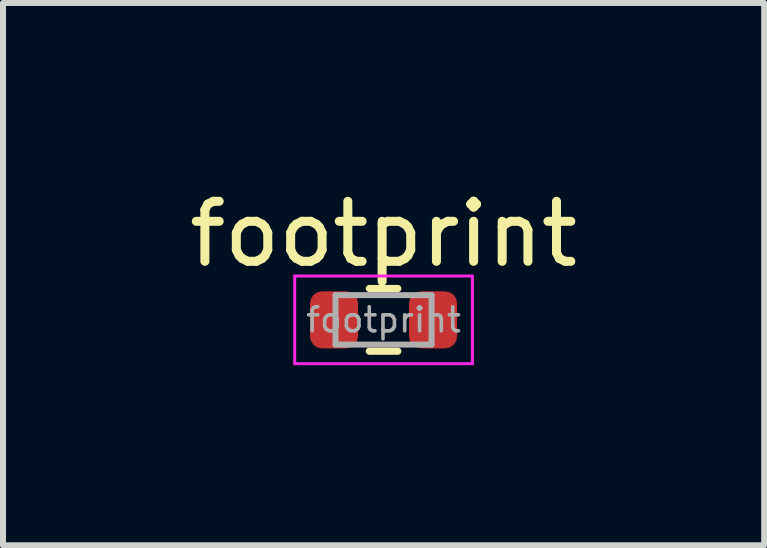
<source format=kicad_pcb>
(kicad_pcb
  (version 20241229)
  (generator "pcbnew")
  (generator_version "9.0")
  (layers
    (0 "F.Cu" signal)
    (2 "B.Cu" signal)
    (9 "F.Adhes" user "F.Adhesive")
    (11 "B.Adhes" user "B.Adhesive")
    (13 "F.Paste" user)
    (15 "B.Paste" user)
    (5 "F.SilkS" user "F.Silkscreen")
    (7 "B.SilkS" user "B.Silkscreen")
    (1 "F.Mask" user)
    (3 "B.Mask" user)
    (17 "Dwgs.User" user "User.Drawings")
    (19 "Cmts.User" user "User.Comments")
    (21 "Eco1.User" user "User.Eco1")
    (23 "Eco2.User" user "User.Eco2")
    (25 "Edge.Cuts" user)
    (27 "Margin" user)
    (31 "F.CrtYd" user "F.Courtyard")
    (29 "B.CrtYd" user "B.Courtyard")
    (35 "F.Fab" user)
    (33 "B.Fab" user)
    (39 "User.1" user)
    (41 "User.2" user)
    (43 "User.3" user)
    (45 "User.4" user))
  (footprint "footprint"
    (layer "F.Cu")
    (at 3.339 2.278)
    (property "Reference" "footprint" (at 0 -1.43 0) (layer "F.SilkS") (effects (font (size 1 1) (thickness 0.15))))
    (attr smd)
    (fp_line (start -0.237 -0.522) (end 0.237 -0.522) (stroke (width 0.12) (type solid)) (layer "F.SilkS"))
    (fp_line (start -0.237 0.522) (end 0.237 0.522) (stroke (width 0.12) (type solid)) (layer "F.SilkS"))
    (fp_line (start -1.48 -0.73) (end 1.48 -0.73) (stroke (width 0.05) (type solid)) (layer "F.CrtYd"))
    (fp_line (start -1.48 0.73) (end -1.48 -0.73) (stroke (width 0.05) (type solid)) (layer "F.CrtYd"))
    (fp_line (start 1.48 -0.73) (end 1.48 0.73) (stroke (width 0.05) (type solid)) (layer "F.CrtYd"))
    (fp_line (start 1.48 0.73) (end -1.48 0.73) (stroke (width 0.05) (type solid)) (layer "F.CrtYd"))
    (fp_line (start -0.8 -0.412) (end 0.8 -0.412) (stroke (width 0.1) (type solid)) (layer "F.Fab"))
    (fp_line (start -0.8 0.412) (end -0.8 -0.412) (stroke (width 0.1) (type solid)) (layer "F.Fab"))
    (fp_line (start 0.8 -0.412) (end 0.8 0.412) (stroke (width 0.1) (type solid)) (layer "F.Fab"))
    (fp_line (start 0.8 0.412) (end -0.8 0.412) (stroke (width 0.1) (type solid)) (layer "F.Fab"))
    (fp_text user "${REFERENCE}" (at 0 0 0) (layer "F.Fab") (effects (font (size 0.4 0.4) (thickness 0.06))))
    (pad "1" smd roundrect (at -0.825 0) (size 0.8 0.95) (layers "F.Cu" "F.Mask" "F.Paste") (roundrect_rratio 0.25))
    (pad "2" smd roundrect (at 0.825 0) (size 0.8 0.95) (layers "F.Cu" "F.Mask" "F.Paste") (roundrect_rratio 0.25)))
  (gr_rect
    (start -3 -3)
    (end 9.679 6.033)
    (stroke (width 0.1) (type default))
    (fill no)
    (layer "Edge.Cuts")))
</source>
